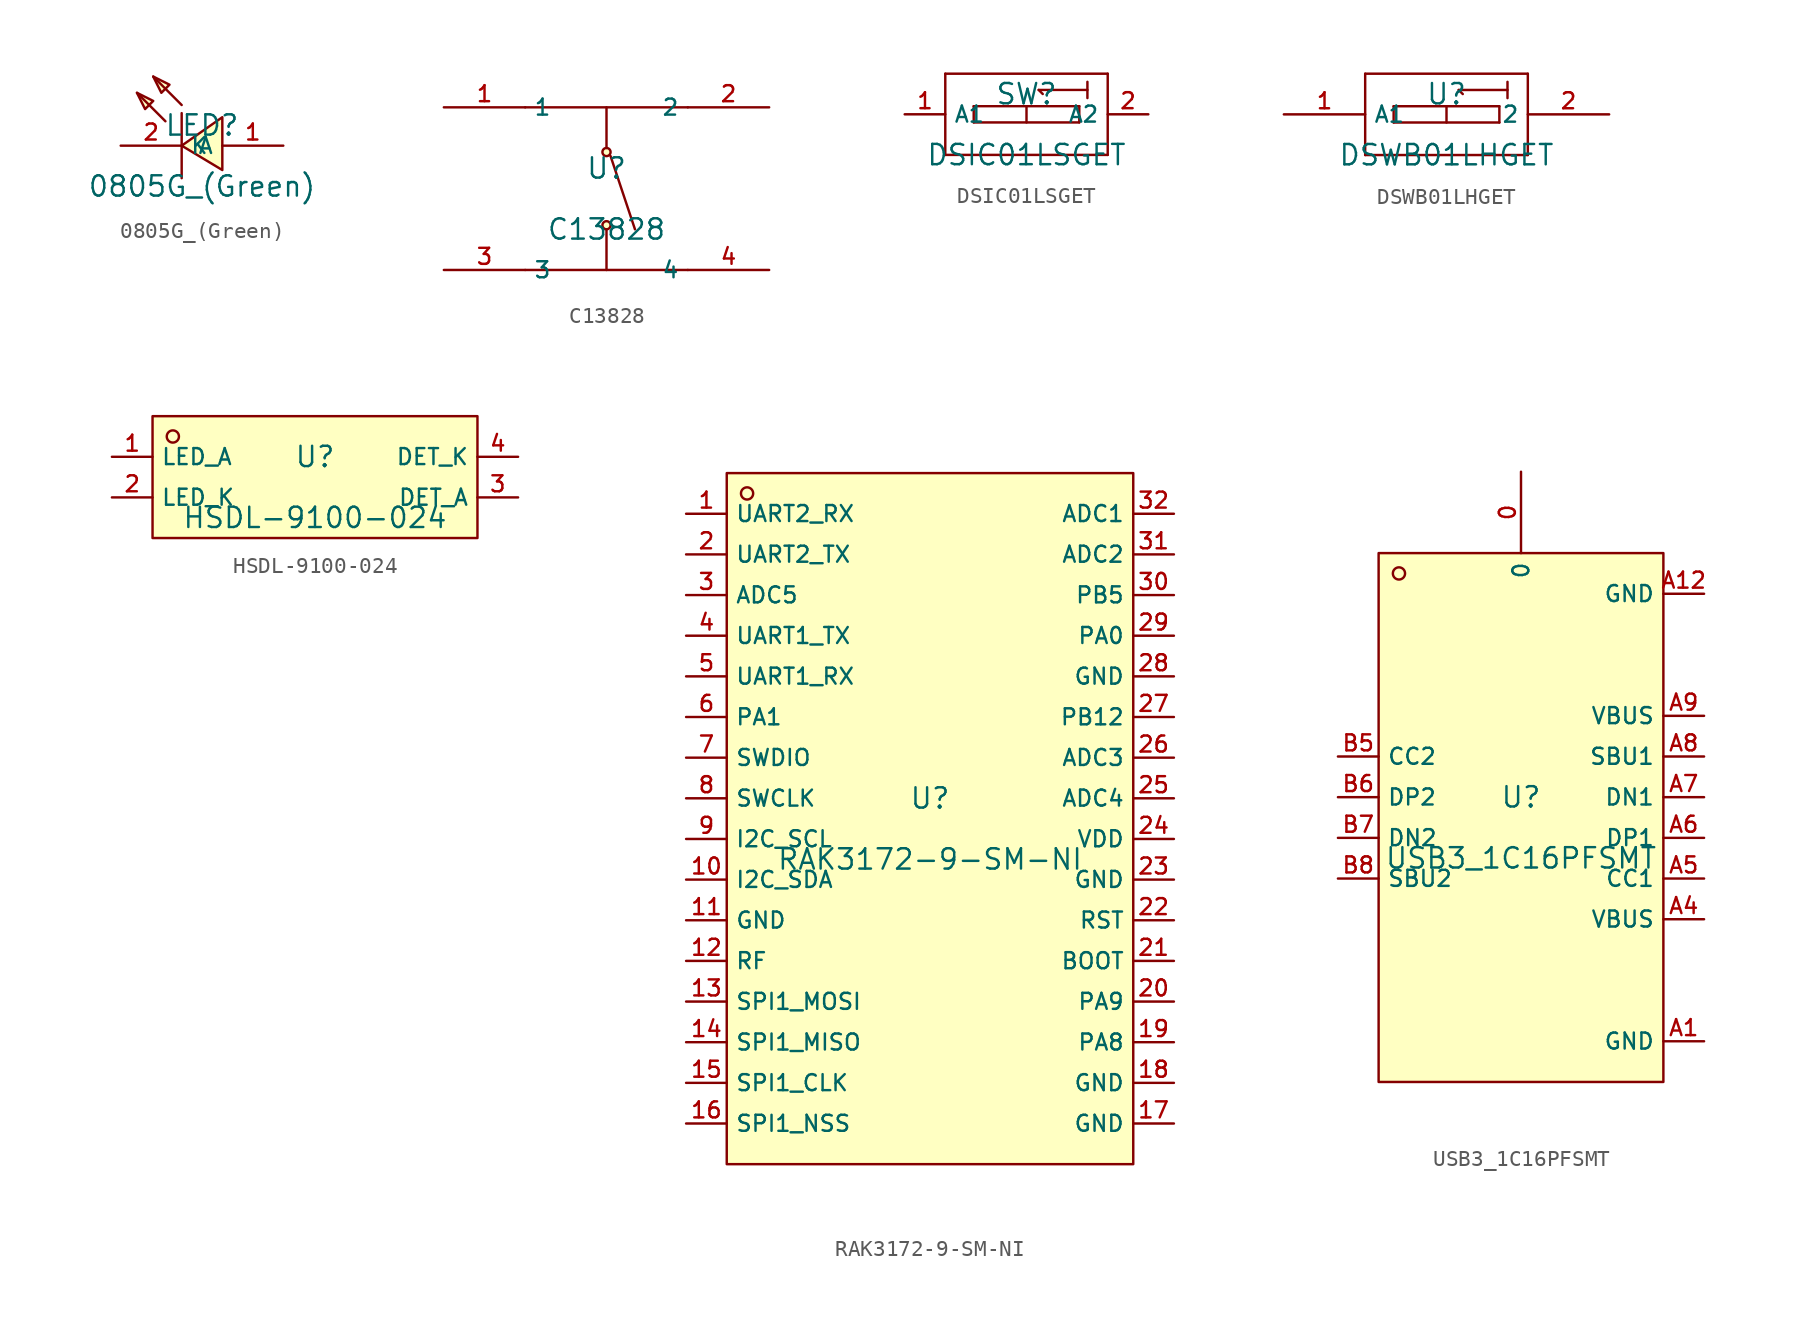
<source format=kicad_sym>
(kicad_symbol_lib
  (version 20210201)
  (generator TousstNicolas/JLC2KiCad_lib)
  (symbol "0805G_(Green)"
    (property "Reference" "LED"
      (at 0 1.27 0)
      (effects (font (size 1.27 1.27))))
    (property "Value" "0805G_(Green)"
      (at 0 -2.54 0)
      (effects (font (size 1.27 1.27))))
    (symbol "0805G_(Green)_0_1"
      (polyline (pts (xy -4.064 3.302) (xy -3.048 2.794) (xy -3.556 2.286) (xy -4.064 3.302)) (stroke (width 0) (type default) (color 0 0 0 0)) (fill (type background)))
      (polyline (pts (xy -3.048 4.318) (xy -2.032 3.81) (xy -2.54 3.302) (xy -3.048 4.318)) (stroke (width 0) (type default) (color 0 0 0 0)) (fill (type background)))
      (pin unspecified line (at -5.08 -0.0 0) (length 3.81) (name "K" (effects (font (size 1 1)))) (number "2" (effects (font (size 1 1)))))
      (polyline (pts (xy -2.286 1.524) (xy -4.064 3.302)) (stroke (width 0) (type default) (color 0 0 0 0)) (fill (type none)))
      (polyline (pts (xy -1.27 2.54) (xy -3.048 4.318)) (stroke (width 0) (type default) (color 0 0 0 0)) (fill (type none)))
      (pin unspecified line (at 5.08 -0.0 180) (length 3.81) (name "A" (effects (font (size 1 1)))) (number "1" (effects (font (size 1 1)))))
      (polyline (pts (xy -1.27 2.032) (xy -1.27 -2.032)) (stroke (width 0) (type default) (color 0 0 0 0)) (fill (type none)))
      (polyline (pts (xy 1.27 -1.524) (xy -1.27 -0.0) (xy 1.27 1.778) (xy 1.27 -1.524)) (stroke (width 0) (type default) (color 0 0 0 0)) (fill (type background)))))
  (symbol "C13828"
    (property "Reference" "U"
      (at 0 1.27 0)
      (effects (font (size 1.27 1.27))))
    (property "Value" "C13828"
      (at 0 -2.54 0)
      (effects (font (size 1.27 1.27))))
    (symbol "C13828_0_1"
      (polyline (pts (xy 0.254 2.032) (xy 1.778 -2.54)) (stroke (width 0) (type default) (color 0 0 0 0)) (fill (type none)))
      (circle (center 0.0 2.286) (radius 0.254) (stroke (width 0) (type default) (color 0 0 0 0)) (fill (type background)))
      (circle (center 0.0 -2.286) (radius 0.254) (stroke (width 0) (type default) (color 0 0 0 0)) (fill (type background)))
      (polyline (pts (xy 0.0 5.08) (xy 0.0 2.54)) (stroke (width 0) (type default) (color 0 0 0 0)) (fill (type none)))
      (polyline (pts (xy 0.0 -5.08) (xy 0.0 -2.54)) (stroke (width 0) (type default) (color 0 0 0 0)) (fill (type none)))
      (polyline (pts (xy -5.08 5.08) (xy 5.08 5.08)) (stroke (width 0) (type default) (color 0 0 0 0)) (fill (type none)))
      (polyline (pts (xy -5.08 -5.08) (xy 5.08 -5.08)) (stroke (width 0) (type default) (color 0 0 0 0)) (fill (type none)))
      (pin unspecified line (at 10.16 5.08 180) (length 5.08) (name "2" (effects (font (size 1 1)))) (number "2" (effects (font (size 1 1)))))
      (pin unspecified line (at -10.16 5.08 0) (length 5.08) (name "1" (effects (font (size 1 1)))) (number "1" (effects (font (size 1 1)))))
      (pin unspecified line (at 10.16 -5.08 180) (length 5.08) (name "4" (effects (font (size 1 1)))) (number "4" (effects (font (size 1 1)))))
      (pin unspecified line (at -10.16 -5.08 0) (length 5.08) (name "3" (effects (font (size 1 1)))) (number "3" (effects (font (size 1 1)))))))
  (symbol "DSIC01LSGET"
    (property "Reference" "SW"
      (at 0 1.27 0)
      (effects (font (size 1.27 1.27))))
    (property "Value" "DSIC01LSGET"
      (at 0 -2.54 0)
      (effects (font (size 1.27 1.27))))
    (symbol "DSIC01LSGET_0_1"
      (pin input line (at -7.62 -0.0 0) (length 2.54) (name "A1" (effects (font (size 1 1)))) (number "1" (effects (font (size 1 1)))))
      (pin input line (at 7.62 -0.0 180) (length 2.54) (name "A2" (effects (font (size 1 1)))) (number "2" (effects (font (size 1 1)))))
      (polyline (pts (xy -3.302 0.508) (xy 3.302 0.508)) (stroke (width 0) (type default) (color 0 0 0 0)) (fill (type none)))
      (polyline (pts (xy 3.302 0.508) (xy 3.302 -0.508)) (stroke (width 0) (type default) (color 0 0 0 0)) (fill (type none)))
      (polyline (pts (xy 3.302 -0.508) (xy -3.302 -0.508)) (stroke (width 0) (type default) (color 0 0 0 0)) (fill (type none)))
      (polyline (pts (xy -3.302 -0.508) (xy -3.302 0.508)) (stroke (width 0) (type default) (color 0 0 0 0)) (fill (type none)))
      (polyline (pts (xy 0.0 0.508) (xy 0.0 -0.508)) (stroke (width 0) (type default) (color 0 0 0 0)) (fill (type none)))
      (polyline (pts (xy -5.08 2.54) (xy 5.08 2.54)) (stroke (width 0) (type default) (color 0 0 0 0)) (fill (type none)))
      (polyline (pts (xy 5.08 -2.54) (xy -5.08 -2.54)) (stroke (width 0) (type default) (color 0 0 0 0)) (fill (type none)))
      (polyline (pts (xy 1.016 1.27) (xy 0.762 1.524)) (stroke (width 0) (type default) (color 0 0 0 0)) (fill (type none)))
      (polyline (pts (xy 0.762 1.524) (xy 3.81 1.524)) (stroke (width 0) (type default) (color 0 0 0 0)) (fill (type none)))
      (polyline (pts (xy 3.81 2.032) (xy 3.81 1.016)) (stroke (width 0) (type default) (color 0 0 0 0)) (fill (type none)))
      (polyline (pts (xy 5.08 2.54) (xy 5.08 -2.54)) (stroke (width 0) (type default) (color 0 0 0 0)) (fill (type none)))
      (polyline (pts (xy -5.08 -2.54) (xy -5.08 2.54)) (stroke (width 0) (type default) (color 0 0 0 0)) (fill (type none)))))
  (symbol "DSWB01LHGET"
    (property "Reference" "U"
      (at 0 1.27 0)
      (effects (font (size 1.27 1.27))))
    (property "Value" "DSWB01LHGET"
      (at 0 -2.54 0)
      (effects (font (size 1.27 1.27))))
    (symbol "DSWB01LHGET_0_1"
      (pin input line (at -10.16 -0.0 0) (length 5.08) (name "A1" (effects (font (size 1 1)))) (number "1" (effects (font (size 1 1)))))
      (pin input line (at 10.16 -0.0 180) (length 5.08) (name "2" (effects (font (size 1 1)))) (number "2" (effects (font (size 1 1)))))
      (polyline (pts (xy -3.302 0.508) (xy 3.302 0.508)) (stroke (width 0) (type default) (color 0 0 0 0)) (fill (type none)))
      (polyline (pts (xy 3.302 0.508) (xy 3.302 -0.508)) (stroke (width 0) (type default) (color 0 0 0 0)) (fill (type none)))
      (polyline (pts (xy 3.302 -0.508) (xy -3.302 -0.508)) (stroke (width 0) (type default) (color 0 0 0 0)) (fill (type none)))
      (polyline (pts (xy -3.302 -0.508) (xy -3.302 0.508)) (stroke (width 0) (type default) (color 0 0 0 0)) (fill (type none)))
      (polyline (pts (xy 0.0 0.508) (xy 0.0 -0.508)) (stroke (width 0) (type default) (color 0 0 0 0)) (fill (type none)))
      (polyline (pts (xy -5.08 2.54) (xy 5.08 2.54)) (stroke (width 0) (type default) (color 0 0 0 0)) (fill (type none)))
      (polyline (pts (xy 1.016 1.27) (xy 0.762 1.524)) (stroke (width 0) (type default) (color 0 0 0 0)) (fill (type none)))
      (polyline (pts (xy 0.762 1.524) (xy 3.81 1.524)) (stroke (width 0) (type default) (color 0 0 0 0)) (fill (type none)))
      (polyline (pts (xy 3.81 2.032) (xy 3.81 1.016)) (stroke (width 0) (type default) (color 0 0 0 0)) (fill (type none)))
      (polyline (pts (xy -5.08 2.54) (xy -5.08 -2.54)) (stroke (width 0) (type default) (color 0 0 0 0)) (fill (type none)))
      (polyline (pts (xy -5.08 -2.54) (xy 5.08 -2.54)) (stroke (width 0) (type default) (color 0 0 0 0)) (fill (type none)))
      (polyline (pts (xy 5.08 -2.54) (xy 5.08 2.54)) (stroke (width 0) (type default) (color 0 0 0 0)) (fill (type none)))))
  (symbol "HSDL-9100-024"
    (property "Reference" "U"
      (at 0 1.27 0)
      (effects (font (size 1.27 1.27))))
    (property "Value" "HSDL-9100-024"
      (at 0 -2.54 0)
      (effects (font (size 1.27 1.27))))
    (symbol "HSDL-9100-024_0_1"
      (rectangle (start -10.16 3.81) (end 10.16 -3.81) (stroke (width 0) (type default) (color 0 0 0 0)) (fill (type background)))
      (circle (center -8.89 2.54) (radius 0.381) (stroke (width 0) (type default) (color 0 0 0 0)) (fill (type background)))
      (pin unspecified line (at -12.7 1.27 0) (length 2.54) (name "LED_A" (effects (font (size 1 1)))) (number "1" (effects (font (size 1 1)))))
      (pin unspecified line (at -12.7 -1.27 0) (length 2.54) (name "LED_K" (effects (font (size 1 1)))) (number "2" (effects (font (size 1 1)))))
      (pin unspecified line (at 12.7 -1.27 180) (length 2.54) (name "DET_A" (effects (font (size 1 1)))) (number "3" (effects (font (size 1 1)))))
      (pin unspecified line (at 12.7 1.27 180) (length 2.54) (name "DET_K" (effects (font (size 1 1)))) (number "4" (effects (font (size 1 1)))))))
  (symbol "RAK3172-9-SM-NI"
    (property "Reference" "U"
      (at 0 1.27 0)
      (effects (font (size 1.27 1.27))))
    (property "Value" "RAK3172-9-SM-NI"
      (at 0 -2.54 0)
      (effects (font (size 1.27 1.27))))
    (symbol "RAK3172-9-SM-NI_0_1"
      (rectangle (start -12.7 21.59) (end 12.7 -21.59) (stroke (width 0) (type default) (color 0 0 0 0)) (fill (type background)))
      (circle (center -11.43 20.32) (radius 0.381) (stroke (width 0) (type default) (color 0 0 0 0)) (fill (type background)))
      (pin unspecified line (at -15.24 19.05 0) (length 2.54) (name "UART2_RX" (effects (font (size 1 1)))) (number "1" (effects (font (size 1 1)))))
      (pin unspecified line (at -15.24 16.51 0) (length 2.54) (name "UART2_TX" (effects (font (size 1 1)))) (number "2" (effects (font (size 1 1)))))
      (pin unspecified line (at -15.24 13.97 0) (length 2.54) (name "ADC5" (effects (font (size 1 1)))) (number "3" (effects (font (size 1 1)))))
      (pin unspecified line (at -15.24 11.43 0) (length 2.54) (name "UART1_TX" (effects (font (size 1 1)))) (number "4" (effects (font (size 1 1)))))
      (pin unspecified line (at -15.24 8.89 0) (length 2.54) (name "UART1_RX" (effects (font (size 1 1)))) (number "5" (effects (font (size 1 1)))))
      (pin unspecified line (at -15.24 6.35 0) (length 2.54) (name "PA1" (effects (font (size 1 1)))) (number "6" (effects (font (size 1 1)))))
      (pin unspecified line (at -15.24 3.81 0) (length 2.54) (name "SWDIO" (effects (font (size 1 1)))) (number "7" (effects (font (size 1 1)))))
      (pin unspecified line (at -15.24 1.27 0) (length 2.54) (name "SWCLK" (effects (font (size 1 1)))) (number "8" (effects (font (size 1 1)))))
      (pin unspecified line (at -15.24 -1.27 0) (length 2.54) (name "I2C_SCL" (effects (font (size 1 1)))) (number "9" (effects (font (size 1 1)))))
      (pin unspecified line (at -15.24 -3.81 0) (length 2.54) (name "I2C_SDA" (effects (font (size 1 1)))) (number "10" (effects (font (size 1 1)))))
      (pin unspecified line (at -15.24 -6.35 0) (length 2.54) (name "GND" (effects (font (size 1 1)))) (number "11" (effects (font (size 1 1)))))
      (pin unspecified line (at -15.24 -8.89 0) (length 2.54) (name "RF" (effects (font (size 1 1)))) (number "12" (effects (font (size 1 1)))))
      (pin unspecified line (at -15.24 -11.43 0) (length 2.54) (name "SPI1_MOSI" (effects (font (size 1 1)))) (number "13" (effects (font (size 1 1)))))
      (pin unspecified line (at -15.24 -13.97 0) (length 2.54) (name "SPI1_MISO" (effects (font (size 1 1)))) (number "14" (effects (font (size 1 1)))))
      (pin unspecified line (at -15.24 -16.51 0) (length 2.54) (name "SPI1_CLK" (effects (font (size 1 1)))) (number "15" (effects (font (size 1 1)))))
      (pin unspecified line (at -15.24 -19.05 0) (length 2.54) (name "SPI1_NSS" (effects (font (size 1 1)))) (number "16" (effects (font (size 1 1)))))
      (pin unspecified line (at 15.24 -19.05 180) (length 2.54) (name "GND" (effects (font (size 1 1)))) (number "17" (effects (font (size 1 1)))))
      (pin unspecified line (at 15.24 -16.51 180) (length 2.54) (name "GND" (effects (font (size 1 1)))) (number "18" (effects (font (size 1 1)))))
      (pin unspecified line (at 15.24 -13.97 180) (length 2.54) (name "PA8" (effects (font (size 1 1)))) (number "19" (effects (font (size 1 1)))))
      (pin unspecified line (at 15.24 -11.43 180) (length 2.54) (name "PA9" (effects (font (size 1 1)))) (number "20" (effects (font (size 1 1)))))
      (pin unspecified line (at 15.24 -8.89 180) (length 2.54) (name "BOOT" (effects (font (size 1 1)))) (number "21" (effects (font (size 1 1)))))
      (pin unspecified line (at 15.24 -6.35 180) (length 2.54) (name "RST" (effects (font (size 1 1)))) (number "22" (effects (font (size 1 1)))))
      (pin unspecified line (at 15.24 -3.81 180) (length 2.54) (name "GND" (effects (font (size 1 1)))) (number "23" (effects (font (size 1 1)))))
      (pin unspecified line (at 15.24 -1.27 180) (length 2.54) (name "VDD" (effects (font (size 1 1)))) (number "24" (effects (font (size 1 1)))))
      (pin unspecified line (at 15.24 1.27 180) (length 2.54) (name "ADC4" (effects (font (size 1 1)))) (number "25" (effects (font (size 1 1)))))
      (pin unspecified line (at 15.24 3.81 180) (length 2.54) (name "ADC3" (effects (font (size 1 1)))) (number "26" (effects (font (size 1 1)))))
      (pin unspecified line (at 15.24 6.35 180) (length 2.54) (name "PB12" (effects (font (size 1 1)))) (number "27" (effects (font (size 1 1)))))
      (pin unspecified line (at 15.24 8.89 180) (length 2.54) (name "GND" (effects (font (size 1 1)))) (number "28" (effects (font (size 1 1)))))
      (pin unspecified line (at 15.24 11.43 180) (length 2.54) (name "PA0" (effects (font (size 1 1)))) (number "29" (effects (font (size 1 1)))))
      (pin unspecified line (at 15.24 13.97 180) (length 2.54) (name "PB5" (effects (font (size 1 1)))) (number "30" (effects (font (size 1 1)))))
      (pin unspecified line (at 15.24 16.51 180) (length 2.54) (name "ADC2" (effects (font (size 1 1)))) (number "31" (effects (font (size 1 1)))))
      (pin unspecified line (at 15.24 19.05 180) (length 2.54) (name "ADC1" (effects (font (size 1 1)))) (number "32" (effects (font (size 1 1)))))))
  (symbol "USB3_1C16PFSMT"
    (property "Reference" "U"
      (at 0 1.27 0)
      (effects (font (size 1.27 1.27))))
    (property "Value" "USB3_1C16PFSMT"
      (at 0 -2.54 0)
      (effects (font (size 1.27 1.27))))
    (symbol "USB3_1C16PFSMT_0_1"
      (rectangle (start -8.89 16.51) (end 8.89 -16.51) (stroke (width 0) (type default) (color 0 0 0 0)) (fill (type background)))
      (circle (center -7.62 15.24) (radius 0.381) (stroke (width 0) (type default) (color 0 0 0 0)) (fill (type background)))
      (pin unspecified line (at -11.43 3.81 0) (length 2.54) (name "CC2" (effects (font (size 1 1)))) (number "B5" (effects (font (size 1 1)))))
      (pin unspecified line (at -11.43 1.27 0) (length 2.54) (name "DP2" (effects (font (size 1 1)))) (number "B6" (effects (font (size 1 1)))))
      (pin unspecified line (at -11.43 -1.27 0) (length 2.54) (name "DN2" (effects (font (size 1 1)))) (number "B7" (effects (font (size 1 1)))))
      (pin unspecified line (at -11.43 -3.81 0) (length 2.54) (name "SBU2" (effects (font (size 1 1)))) (number "B8" (effects (font (size 1 1)))))
      (pin unspecified line (at 0.0 21.59 270) (length 5.08) (name "0" (effects (font (size 1 1)))) (number "0" (effects (font (size 1 1)))))
      (pin unspecified line (at 11.43 -13.97 180) (length 2.54) (name "GND" (effects (font (size 1 1)))) (number "A1" (effects (font (size 1 1)))))
      (pin unspecified line (at 11.43 -6.35 180) (length 2.54) (name "VBUS" (effects (font (size 1 1)))) (number "A4" (effects (font (size 1 1)))))
      (pin unspecified line (at 11.43 -3.81 180) (length 2.54) (name "CC1" (effects (font (size 1 1)))) (number "A5" (effects (font (size 1 1)))))
      (pin unspecified line (at 11.43 -1.27 180) (length 2.54) (name "DP1" (effects (font (size 1 1)))) (number "A6" (effects (font (size 1 1)))))
      (pin unspecified line (at 11.43 1.27 180) (length 2.54) (name "DN1" (effects (font (size 1 1)))) (number "A7" (effects (font (size 1 1)))))
      (pin unspecified line (at 11.43 3.81 180) (length 2.54) (name "SBU1" (effects (font (size 1 1)))) (number "A8" (effects (font (size 1 1)))))
      (pin unspecified line (at 11.43 6.35 180) (length 2.54) (name "VBUS" (effects (font (size 1 1)))) (number "A9" (effects (font (size 1 1)))))
      (pin unspecified line (at 11.43 13.97 180) (length 2.54) (name "GND" (effects (font (size 1 1)))) (number "A12" (effects (font (size 1 1))))))))
</source>
